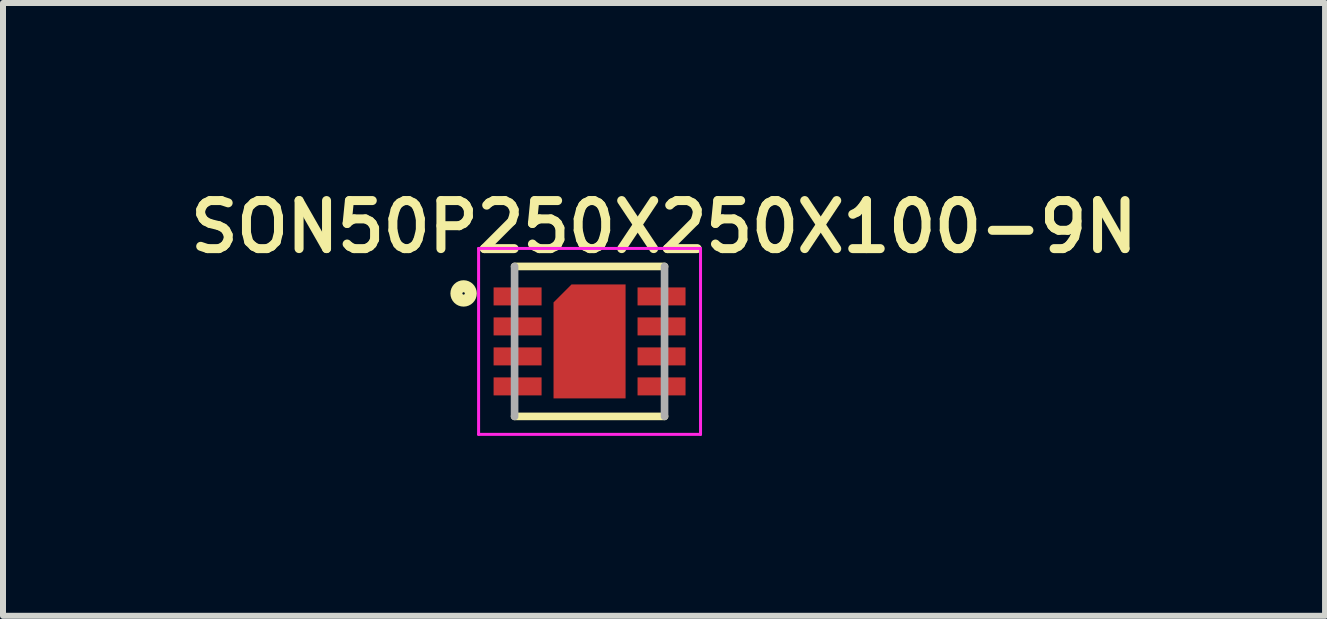
<source format=kicad_pcb>
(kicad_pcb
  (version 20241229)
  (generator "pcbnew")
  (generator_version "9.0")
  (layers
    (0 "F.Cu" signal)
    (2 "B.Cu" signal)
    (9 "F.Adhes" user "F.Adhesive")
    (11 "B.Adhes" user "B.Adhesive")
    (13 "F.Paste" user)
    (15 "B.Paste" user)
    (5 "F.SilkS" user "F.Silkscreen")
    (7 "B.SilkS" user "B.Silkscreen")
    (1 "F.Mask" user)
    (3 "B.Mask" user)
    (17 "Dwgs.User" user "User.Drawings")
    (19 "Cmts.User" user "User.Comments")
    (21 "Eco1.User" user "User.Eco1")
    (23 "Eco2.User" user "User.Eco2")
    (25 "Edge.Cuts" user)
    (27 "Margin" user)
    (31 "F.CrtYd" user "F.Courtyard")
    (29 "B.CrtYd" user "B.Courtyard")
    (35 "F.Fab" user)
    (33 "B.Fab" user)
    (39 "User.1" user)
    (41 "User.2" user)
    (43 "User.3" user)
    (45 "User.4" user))
  (footprint "SON50P250X250X100-9N"
    (layer "F.Cu")
    (at 6.779 2.642)
    (property "Reference" "SON50P250X250X100-9N" (at 1.241 -1.91 0) (layer "F.SilkS") (effects (font (size 0.801 0.801) (thickness 0.15))))
    (attr through_hole)
    (fp_poly (pts (xy -0.3 -0.95) (xy 0.6 -0.95) (xy 0.6 0.95) (xy -0.6 0.95) (xy -0.6 -0.65)) (stroke (width 0.001) (type solid)) (fill yes) (layer "F.Cu"))
    (fp_poly (pts (xy -1.652 0.05) (xy -0.75 0.05) (xy -0.75 0.451) (xy -1.652 0.451)) (stroke (width 0.01) (type solid)) (fill yes) (layer "F.Mask"))
    (fp_poly (pts (xy -1.651 -0.95) (xy -0.75 -0.95) (xy -0.75 -0.55) (xy -1.651 -0.55)) (stroke (width 0.01) (type solid)) (fill yes) (layer "F.Mask"))
    (fp_poly (pts (xy -1.651 -0.45) (xy -0.75 -0.45) (xy -0.75 -0.05) (xy -1.651 -0.05)) (stroke (width 0.01) (type solid)) (fill yes) (layer "F.Mask"))
    (fp_poly (pts (xy -1.651 0.55) (xy -0.75 0.55) (xy -0.75 0.95) (xy -1.651 0.95)) (stroke (width 0.01) (type solid)) (fill yes) (layer "F.Mask"))
    (fp_poly (pts (xy 0.75 -0.95) (xy 1.65 -0.95) (xy 1.65 -0.55) (xy 0.75 -0.55)) (stroke (width 0.01) (type solid)) (fill yes) (layer "F.Mask"))
    (fp_poly (pts (xy 0.751 0.05) (xy 1.65 0.05) (xy 1.65 0.45) (xy 0.751 0.45)) (stroke (width 0.01) (type solid)) (fill yes) (layer "F.Mask"))
    (fp_poly (pts (xy 0.751 0.55) (xy 1.65 0.55) (xy 1.65 0.951) (xy 0.751 0.951)) (stroke (width 0.01) (type solid)) (fill yes) (layer "F.Mask"))
    (fp_poly (pts (xy 0.751 -0.45) (xy 1.65 -0.45) (xy 1.65 -0.05) (xy 0.751 -0.05)) (stroke (width 0.01) (type solid)) (fill yes) (layer "F.Mask"))
    (fp_poly (pts (xy -0.65 -0.65) (xy -0.3 -1) (xy 0.65 -1) (xy 0.65 1) (xy -0.65 1)) (stroke (width 0.001) (type solid)) (fill yes) (layer "F.Mask"))
    (fp_line (start -1.25 -1.25) (end 1.25 -1.25) (stroke (width 0.127) (type solid)) (layer "F.SilkS"))
    (fp_line (start -1.25 1.25) (end 1.25 1.25) (stroke (width 0.127) (type solid)) (layer "F.SilkS"))
    (fp_circle (center -2.1 -0.8) (end -1.98 -0.8) (stroke (width 0.2) (type solid)) (fill no) (layer "F.SilkS"))
    (fp_poly (pts (xy -0.335 -0.685) (xy 0.335 -0.685) (xy 0.335 0.686) (xy -0.335 0.686)) (stroke (width 0.01) (type solid)) (fill yes) (layer "F.Paste"))
    (fp_line (start -1.85 -1.55) (end 1.85 -1.55) (stroke (width 0.05) (type solid)) (layer "F.CrtYd"))
    (fp_line (start -1.85 1.55) (end -1.85 -1.55) (stroke (width 0.05) (type solid)) (layer "F.CrtYd"))
    (fp_line (start 1.85 -1.55) (end 1.85 1.55) (stroke (width 0.05) (type solid)) (layer "F.CrtYd"))
    (fp_line (start 1.85 1.55) (end -1.85 1.55) (stroke (width 0.05) (type solid)) (layer "F.CrtYd"))
    (fp_line (start -1.25 -1.25) (end -1.25 1.25) (stroke (width 0.127) (type solid)) (layer "F.Fab"))
    (fp_line (start 1.25 -1.25) (end 1.25 1.25) (stroke (width 0.127) (type solid)) (layer "F.Fab"))
    (pad "1" smd rect (at -1.2 -0.75) (size 0.8 0.3) (layers "F.Cu" "F.Paste"))
    (pad "2" smd rect (at -1.2 -0.25) (size 0.8 0.3) (layers "F.Cu" "F.Paste"))
    (pad "3" smd rect (at -1.2 0.25) (size 0.8 0.3) (layers "F.Cu" "F.Paste"))
    (pad "4" smd rect (at -1.2 0.75) (size 0.8 0.3) (layers "F.Cu" "F.Paste"))
    (pad "5" smd rect (at 1.2 0.75) (size 0.8 0.3) (layers "F.Cu" "F.Paste"))
    (pad "6" smd rect (at 1.2 0.25) (size 0.8 0.3) (layers "F.Cu" "F.Paste"))
    (pad "7" smd rect (at 1.2 -0.25) (size 0.8 0.3) (layers "F.Cu" "F.Paste"))
    (pad "8" smd rect (at 1.2 -0.75) (size 0.8 0.3) (layers "F.Cu" "F.Paste"))
    (pad "9" smd rect (at 0 0) (size 0.2 1) (layers "F.Cu" "F.Mask" "F.Paste")))
  (gr_rect
    (start -3 -3)
    (end 19.041 7.217)
    (stroke (width 0.1) (type default))
    (fill no)
    (layer "Edge.Cuts")))
</source>
